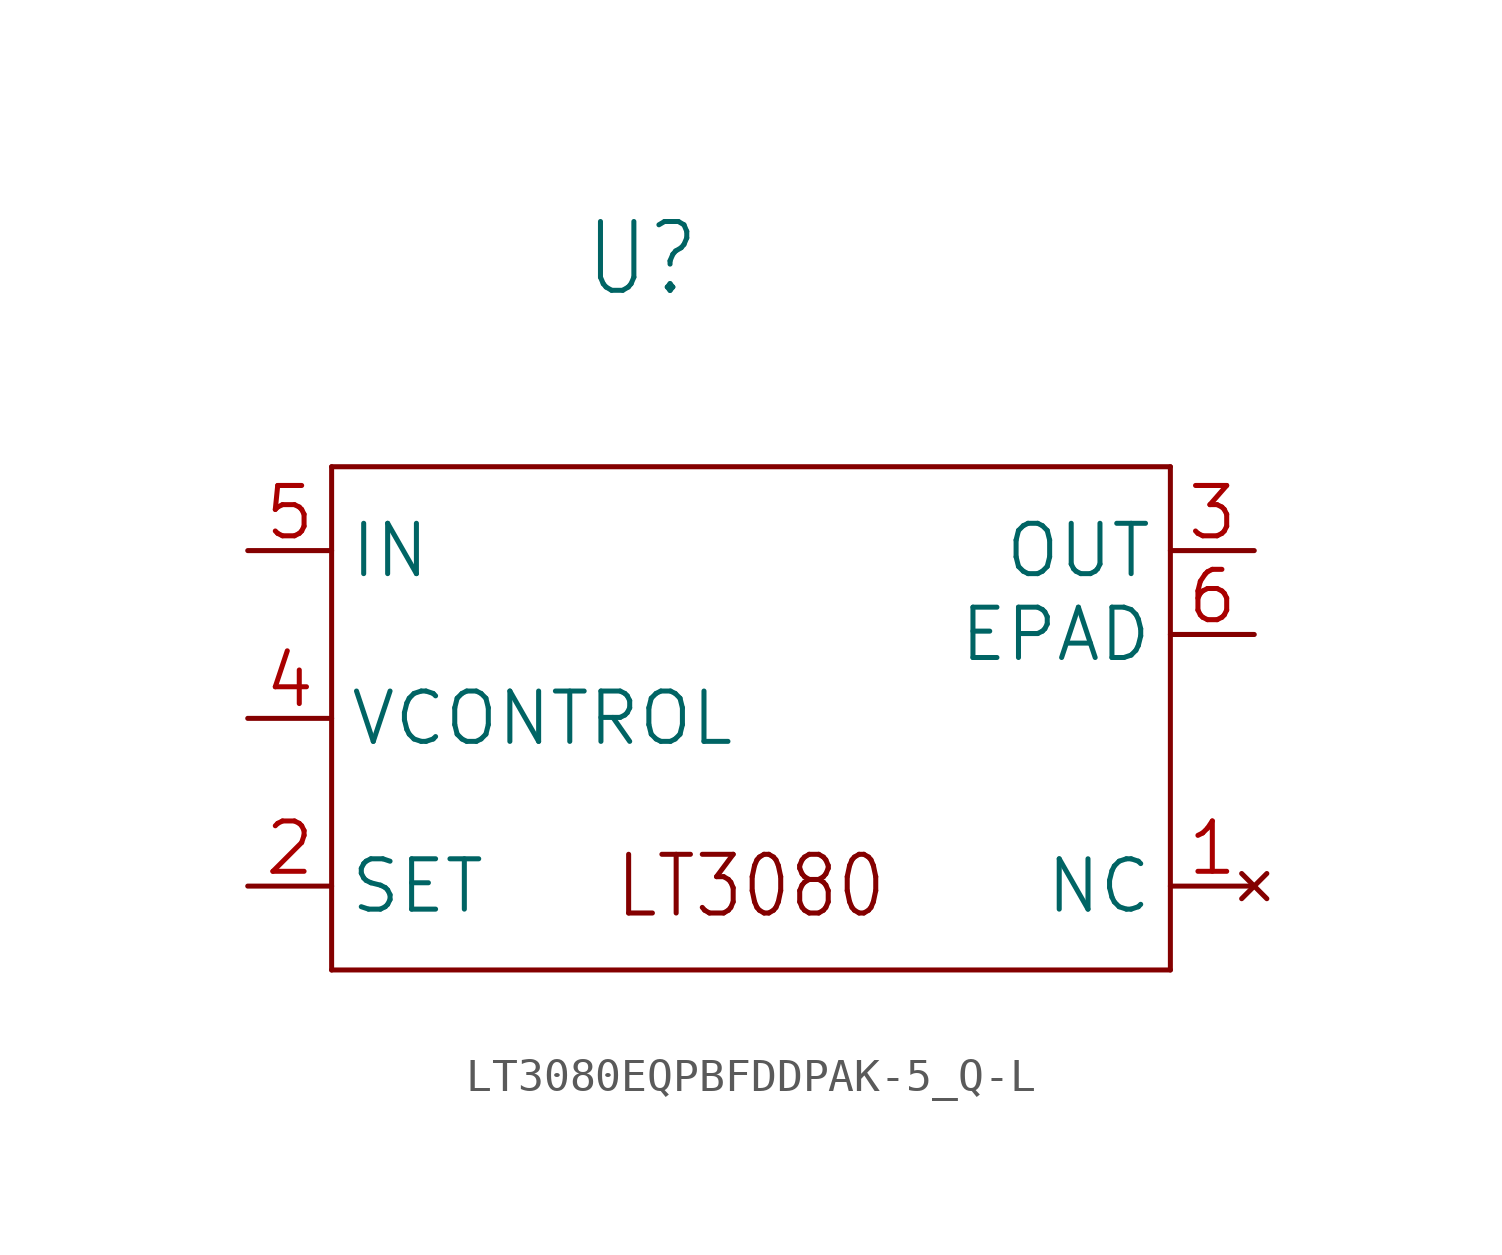
<source format=kicad_sym>
(kicad_symbol_lib
  (version 20241209)
  (generator "kicad_symbol_editor")
  (generator_version "9.0")
  (symbol "LT3080EQPBFDDPAK-5_Q-L"
    (property "Reference" "U"
      (at -5.08 12.7 0)
      (effects (font (size 2.083 1.77)) (justify left bottom)))
    (property "Value" ""
      (at -5.08 10.16 0)
      (effects (font (size 2.083 1.77)) (justify left bottom)))
    (property "ki_locked" ""
      (at 0 0 0)
      (effects (font (size 1.27 1.27))))
    (symbol "LT3080EQPBFDDPAK-5_Q-L_1_0"
      (polyline (pts (xy -12.7 7.62) (xy -12.7 -7.62)) (stroke (width 0.152) (type solid)) (fill (type none)))
      (polyline (pts (xy -12.7 -7.62) (xy 12.7 -7.62)) (stroke (width 0.152) (type solid)) (fill (type none)))
      (polyline (pts (xy 12.7 7.62) (xy -12.7 7.62)) (stroke (width 0.152) (type solid)) (fill (type none)))
      (polyline (pts (xy 12.7 -7.62) (xy 12.7 7.62)) (stroke (width 0.152) (type solid)) (fill (type none)))
      (text "LT3080" (at 0 -5.08 0) (effects (font (size 1.778 1.511))))
      (pin power_in line (at -15.24 5.08 0) (length 2.54) (name "IN" (effects (font (size 1.524 1.524)))) (number "5" (effects (font (size 1.524 1.524)))))
      (pin input line (at -15.24 0 0) (length 2.54) (name "VCONTROL" (effects (font (size 1.524 1.524)))) (number "4" (effects (font (size 1.524 1.524)))))
      (pin input line (at -15.24 -5.08 0) (length 2.54) (name "SET" (effects (font (size 1.524 1.524)))) (number "2" (effects (font (size 1.524 1.524)))))
      (pin power_in line (at 15.24 5.08 180) (length 2.54) (name "OUT" (effects (font (size 1.524 1.524)))) (number "3" (effects (font (size 1.524 1.524)))))
      (pin power_in line (at 15.24 2.54 180) (length 2.54) (name "EPAD" (effects (font (size 1.524 1.524)))) (number "6" (effects (font (size 1.524 1.524)))))
      (pin no_connect line (at 15.24 -5.08 180) (length 2.54) (name "NC" (effects (font (size 1.524 1.524)))) (number "1" (effects (font (size 1.524 1.524))))))))
</source>
